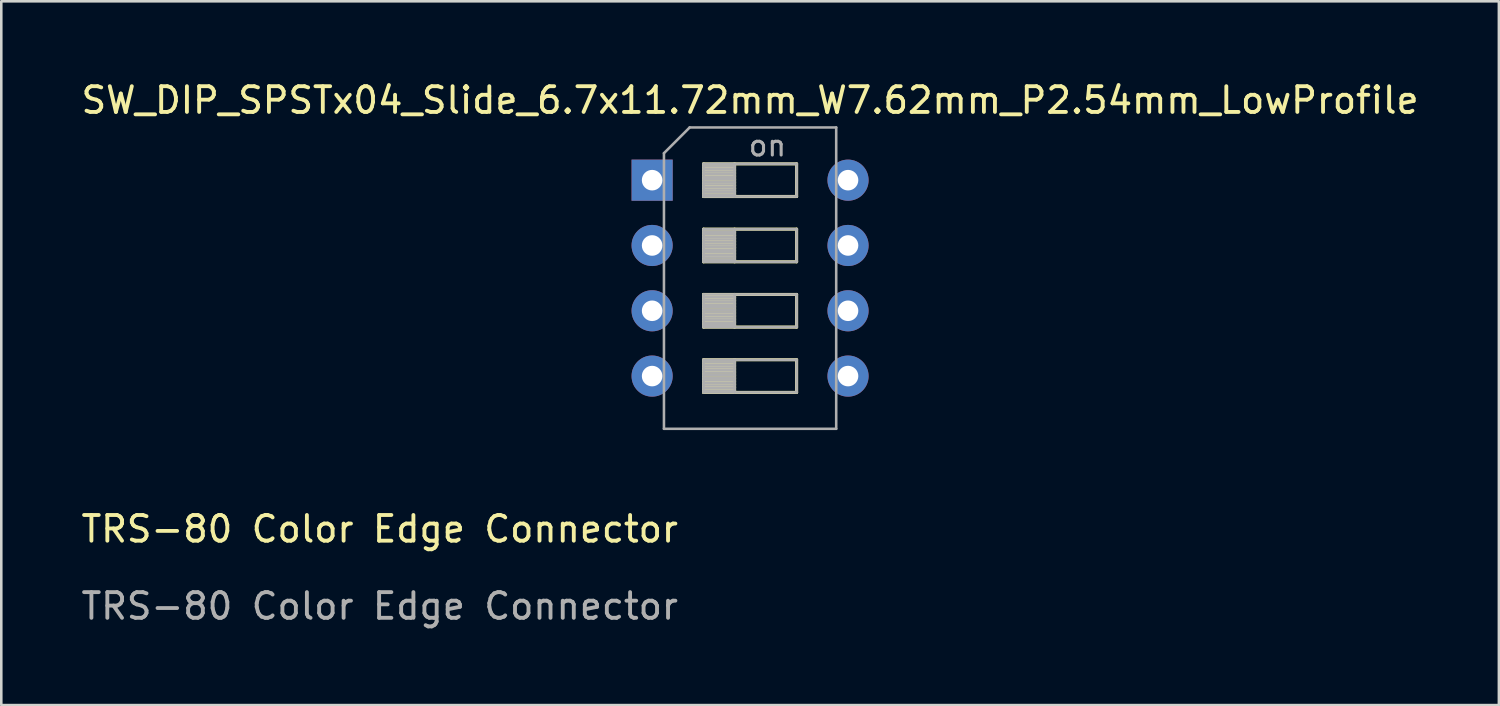
<source format=kicad_pcb>
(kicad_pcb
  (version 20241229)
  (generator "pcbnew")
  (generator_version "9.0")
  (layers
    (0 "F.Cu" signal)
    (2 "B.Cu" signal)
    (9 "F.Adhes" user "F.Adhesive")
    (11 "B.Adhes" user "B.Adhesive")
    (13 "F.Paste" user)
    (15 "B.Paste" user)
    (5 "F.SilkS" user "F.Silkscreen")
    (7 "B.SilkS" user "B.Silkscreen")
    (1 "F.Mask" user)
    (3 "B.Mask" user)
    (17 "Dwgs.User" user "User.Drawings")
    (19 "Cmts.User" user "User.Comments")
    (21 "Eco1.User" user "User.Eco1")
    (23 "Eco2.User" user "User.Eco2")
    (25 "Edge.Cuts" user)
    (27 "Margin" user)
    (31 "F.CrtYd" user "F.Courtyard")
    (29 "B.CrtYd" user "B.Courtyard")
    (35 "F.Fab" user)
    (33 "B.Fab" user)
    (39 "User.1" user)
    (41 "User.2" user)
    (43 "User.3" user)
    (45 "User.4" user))
  (footprint "SW_DIP_SPSTx04_Slide_6.7x11.72mm_W7.62mm_P2.54mm_LowProfile"
    (layer "F.Cu")
    (at 22.315 3.958)
    (property "Reference" "SW_DIP_SPSTx04_Slide_6.7x11.72mm_W7.62mm_P2.54mm_LowProfile" (at 3.81 -3.11 180) (layer "F.SilkS") (effects (font (size 1 1) (thickness 0.15))))
    (attr through_hole)
    (fp_line (start 2 -0.635) (end 2 0.635) (stroke (width 0.12) (type solid)) (layer "F.SilkS"))
    (fp_line (start 2 -0.515) (end 3.207 -0.515) (stroke (width 0.12) (type solid)) (layer "F.SilkS"))
    (fp_line (start 2 -0.395) (end 3.207 -0.395) (stroke (width 0.12) (type solid)) (layer "F.SilkS"))
    (fp_line (start 2 -0.275) (end 3.207 -0.275) (stroke (width 0.12) (type solid)) (layer "F.SilkS"))
    (fp_line (start 2 -0.155) (end 3.207 -0.155) (stroke (width 0.12) (type solid)) (layer "F.SilkS"))
    (fp_line (start 2 -0.035) (end 3.207 -0.035) (stroke (width 0.12) (type solid)) (layer "F.SilkS"))
    (fp_line (start 2 0.085) (end 3.207 0.085) (stroke (width 0.12) (type solid)) (layer "F.SilkS"))
    (fp_line (start 2 0.205) (end 3.207 0.205) (stroke (width 0.12) (type solid)) (layer "F.SilkS"))
    (fp_line (start 2 0.325) (end 3.207 0.325) (stroke (width 0.12) (type solid)) (layer "F.SilkS"))
    (fp_line (start 2 0.445) (end 3.207 0.445) (stroke (width 0.12) (type solid)) (layer "F.SilkS"))
    (fp_line (start 2 0.565) (end 3.207 0.565) (stroke (width 0.12) (type solid)) (layer "F.SilkS"))
    (fp_line (start 2 0.635) (end 5.62 0.635) (stroke (width 0.12) (type solid)) (layer "F.SilkS"))
    (fp_line (start 2 1.905) (end 2 3.175) (stroke (width 0.12) (type solid)) (layer "F.SilkS"))
    (fp_line (start 2 2.025) (end 3.207 2.025) (stroke (width 0.12) (type solid)) (layer "F.SilkS"))
    (fp_line (start 2 2.145) (end 3.207 2.145) (stroke (width 0.12) (type solid)) (layer "F.SilkS"))
    (fp_line (start 2 2.265) (end 3.207 2.265) (stroke (width 0.12) (type solid)) (layer "F.SilkS"))
    (fp_line (start 2 2.385) (end 3.207 2.385) (stroke (width 0.12) (type solid)) (layer "F.SilkS"))
    (fp_line (start 2 2.505) (end 3.207 2.505) (stroke (width 0.12) (type solid)) (layer "F.SilkS"))
    (fp_line (start 2 2.625) (end 3.207 2.625) (stroke (width 0.12) (type solid)) (layer "F.SilkS"))
    (fp_line (start 2 2.745) (end 3.207 2.745) (stroke (width 0.12) (type solid)) (layer "F.SilkS"))
    (fp_line (start 2 2.865) (end 3.207 2.865) (stroke (width 0.12) (type solid)) (layer "F.SilkS"))
    (fp_line (start 2 2.985) (end 3.207 2.985) (stroke (width 0.12) (type solid)) (layer "F.SilkS"))
    (fp_line (start 2 3.105) (end 3.207 3.105) (stroke (width 0.12) (type solid)) (layer "F.SilkS"))
    (fp_line (start 2 3.175) (end 5.62 3.175) (stroke (width 0.12) (type solid)) (layer "F.SilkS"))
    (fp_line (start 2 4.445) (end 2 5.715) (stroke (width 0.12) (type solid)) (layer "F.SilkS"))
    (fp_line (start 2 4.565) (end 3.207 4.565) (stroke (width 0.12) (type solid)) (layer "F.SilkS"))
    (fp_line (start 2 4.685) (end 3.207 4.685) (stroke (width 0.12) (type solid)) (layer "F.SilkS"))
    (fp_line (start 2 4.805) (end 3.207 4.805) (stroke (width 0.12) (type solid)) (layer "F.SilkS"))
    (fp_line (start 2 4.925) (end 3.207 4.925) (stroke (width 0.12) (type solid)) (layer "F.SilkS"))
    (fp_line (start 2 5.045) (end 3.207 5.045) (stroke (width 0.12) (type solid)) (layer "F.SilkS"))
    (fp_line (start 2 5.165) (end 3.207 5.165) (stroke (width 0.12) (type solid)) (layer "F.SilkS"))
    (fp_line (start 2 5.285) (end 3.207 5.285) (stroke (width 0.12) (type solid)) (layer "F.SilkS"))
    (fp_line (start 2 5.405) (end 3.207 5.405) (stroke (width 0.12) (type solid)) (layer "F.SilkS"))
    (fp_line (start 2 5.525) (end 3.207 5.525) (stroke (width 0.12) (type solid)) (layer "F.SilkS"))
    (fp_line (start 2 5.645) (end 3.207 5.645) (stroke (width 0.12) (type solid)) (layer "F.SilkS"))
    (fp_line (start 2 5.715) (end 5.62 5.715) (stroke (width 0.12) (type solid)) (layer "F.SilkS"))
    (fp_line (start 2 6.985) (end 2 8.255) (stroke (width 0.12) (type solid)) (layer "F.SilkS"))
    (fp_line (start 2 7.105) (end 3.207 7.105) (stroke (width 0.12) (type solid)) (layer "F.SilkS"))
    (fp_line (start 2 7.225) (end 3.207 7.225) (stroke (width 0.12) (type solid)) (layer "F.SilkS"))
    (fp_line (start 2 7.345) (end 3.207 7.345) (stroke (width 0.12) (type solid)) (layer "F.SilkS"))
    (fp_line (start 2 7.465) (end 3.207 7.465) (stroke (width 0.12) (type solid)) (layer "F.SilkS"))
    (fp_line (start 2 7.585) (end 3.207 7.585) (stroke (width 0.12) (type solid)) (layer "F.SilkS"))
    (fp_line (start 2 7.705) (end 3.207 7.705) (stroke (width 0.12) (type solid)) (layer "F.SilkS"))
    (fp_line (start 2 7.825) (end 3.207 7.825) (stroke (width 0.12) (type solid)) (layer "F.SilkS"))
    (fp_line (start 2 7.945) (end 3.207 7.945) (stroke (width 0.12) (type solid)) (layer "F.SilkS"))
    (fp_line (start 2 8.065) (end 3.207 8.065) (stroke (width 0.12) (type solid)) (layer "F.SilkS"))
    (fp_line (start 2 8.185) (end 3.207 8.185) (stroke (width 0.12) (type solid)) (layer "F.SilkS"))
    (fp_line (start 2 8.255) (end 5.62 8.255) (stroke (width 0.12) (type solid)) (layer "F.SilkS"))
    (fp_line (start 3.207 -0.635) (end 3.207 0.635) (stroke (width 0.12) (type solid)) (layer "F.SilkS"))
    (fp_line (start 3.207 1.905) (end 3.207 3.175) (stroke (width 0.12) (type solid)) (layer "F.SilkS"))
    (fp_line (start 3.207 4.445) (end 3.207 5.715) (stroke (width 0.12) (type solid)) (layer "F.SilkS"))
    (fp_line (start 3.207 6.985) (end 3.207 8.255) (stroke (width 0.12) (type solid)) (layer "F.SilkS"))
    (fp_line (start 5.62 -0.635) (end 2 -0.635) (stroke (width 0.12) (type solid)) (layer "F.SilkS"))
    (fp_line (start 5.62 0.635) (end 5.62 -0.635) (stroke (width 0.12) (type solid)) (layer "F.SilkS"))
    (fp_line (start 5.62 1.905) (end 2 1.905) (stroke (width 0.12) (type solid)) (layer "F.SilkS"))
    (fp_line (start 5.62 3.175) (end 5.62 1.905) (stroke (width 0.12) (type solid)) (layer "F.SilkS"))
    (fp_line (start 5.62 4.445) (end 2 4.445) (stroke (width 0.12) (type solid)) (layer "F.SilkS"))
    (fp_line (start 5.62 5.715) (end 5.62 4.445) (stroke (width 0.12) (type solid)) (layer "F.SilkS"))
    (fp_line (start 5.62 6.985) (end 2 6.985) (stroke (width 0.12) (type solid)) (layer "F.SilkS"))
    (fp_line (start 5.62 8.255) (end 5.62 6.985) (stroke (width 0.12) (type solid)) (layer "F.SilkS"))
    (fp_line (start 0.46 -1.05) (end 1.46 -2.05) (stroke (width 0.1) (type solid)) (layer "F.Fab"))
    (fp_line (start 0.46 9.67) (end 0.46 -1.05) (stroke (width 0.1) (type solid)) (layer "F.Fab"))
    (fp_line (start 1.46 -2.05) (end 7.16 -2.05) (stroke (width 0.1) (type solid)) (layer "F.Fab"))
    (fp_line (start 2 -0.635) (end 2 0.635) (stroke (width 0.1) (type solid)) (layer "F.Fab"))
    (fp_line (start 2 -0.535) (end 3.207 -0.535) (stroke (width 0.1) (type solid)) (layer "F.Fab"))
    (fp_line (start 2 -0.435) (end 3.207 -0.435) (stroke (width 0.1) (type solid)) (layer "F.Fab"))
    (fp_line (start 2 -0.335) (end 3.207 -0.335) (stroke (width 0.1) (type solid)) (layer "F.Fab"))
    (fp_line (start 2 -0.235) (end 3.207 -0.235) (stroke (width 0.1) (type solid)) (layer "F.Fab"))
    (fp_line (start 2 -0.135) (end 3.207 -0.135) (stroke (width 0.1) (type solid)) (layer "F.Fab"))
    (fp_line (start 2 -0.035) (end 3.207 -0.035) (stroke (width 0.1) (type solid)) (layer "F.Fab"))
    (fp_line (start 2 0.065) (end 3.207 0.065) (stroke (width 0.1) (type solid)) (layer "F.Fab"))
    (fp_line (start 2 0.165) (end 3.207 0.165) (stroke (width 0.1) (type solid)) (layer "F.Fab"))
    (fp_line (start 2 0.265) (end 3.207 0.265) (stroke (width 0.1) (type solid)) (layer "F.Fab"))
    (fp_line (start 2 0.365) (end 3.207 0.365) (stroke (width 0.1) (type solid)) (layer "F.Fab"))
    (fp_line (start 2 0.465) (end 3.207 0.465) (stroke (width 0.1) (type solid)) (layer "F.Fab"))
    (fp_line (start 2 0.565) (end 3.207 0.565) (stroke (width 0.1) (type solid)) (layer "F.Fab"))
    (fp_line (start 2 0.635) (end 5.62 0.635) (stroke (width 0.1) (type solid)) (layer "F.Fab"))
    (fp_line (start 2 1.905) (end 2 3.175) (stroke (width 0.1) (type solid)) (layer "F.Fab"))
    (fp_line (start 2 2.005) (end 3.207 2.005) (stroke (width 0.1) (type solid)) (layer "F.Fab"))
    (fp_line (start 2 2.105) (end 3.207 2.105) (stroke (width 0.1) (type solid)) (layer "F.Fab"))
    (fp_line (start 2 2.205) (end 3.207 2.205) (stroke (width 0.1) (type solid)) (layer "F.Fab"))
    (fp_line (start 2 2.305) (end 3.207 2.305) (stroke (width 0.1) (type solid)) (layer "F.Fab"))
    (fp_line (start 2 2.405) (end 3.207 2.405) (stroke (width 0.1) (type solid)) (layer "F.Fab"))
    (fp_line (start 2 2.505) (end 3.207 2.505) (stroke (width 0.1) (type solid)) (layer "F.Fab"))
    (fp_line (start 2 2.605) (end 3.207 2.605) (stroke (width 0.1) (type solid)) (layer "F.Fab"))
    (fp_line (start 2 2.705) (end 3.207 2.705) (stroke (width 0.1) (type solid)) (layer "F.Fab"))
    (fp_line (start 2 2.805) (end 3.207 2.805) (stroke (width 0.1) (type solid)) (layer "F.Fab"))
    (fp_line (start 2 2.905) (end 3.207 2.905) (stroke (width 0.1) (type solid)) (layer "F.Fab"))
    (fp_line (start 2 3.005) (end 3.207 3.005) (stroke (width 0.1) (type solid)) (layer "F.Fab"))
    (fp_line (start 2 3.105) (end 3.207 3.105) (stroke (width 0.1) (type solid)) (layer "F.Fab"))
    (fp_line (start 2 3.175) (end 5.62 3.175) (stroke (width 0.1) (type solid)) (layer "F.Fab"))
    (fp_line (start 2 4.445) (end 2 5.715) (stroke (width 0.1) (type solid)) (layer "F.Fab"))
    (fp_line (start 2 4.545) (end 3.207 4.545) (stroke (width 0.1) (type solid)) (layer "F.Fab"))
    (fp_line (start 2 4.645) (end 3.207 4.645) (stroke (width 0.1) (type solid)) (layer "F.Fab"))
    (fp_line (start 2 4.745) (end 3.207 4.745) (stroke (width 0.1) (type solid)) (layer "F.Fab"))
    (fp_line (start 2 4.845) (end 3.207 4.845) (stroke (width 0.1) (type solid)) (layer "F.Fab"))
    (fp_line (start 2 4.945) (end 3.207 4.945) (stroke (width 0.1) (type solid)) (layer "F.Fab"))
    (fp_line (start 2 5.045) (end 3.207 5.045) (stroke (width 0.1) (type solid)) (layer "F.Fab"))
    (fp_line (start 2 5.145) (end 3.207 5.145) (stroke (width 0.1) (type solid)) (layer "F.Fab"))
    (fp_line (start 2 5.245) (end 3.207 5.245) (stroke (width 0.1) (type solid)) (layer "F.Fab"))
    (fp_line (start 2 5.345) (end 3.207 5.345) (stroke (width 0.1) (type solid)) (layer "F.Fab"))
    (fp_line (start 2 5.445) (end 3.207 5.445) (stroke (width 0.1) (type solid)) (layer "F.Fab"))
    (fp_line (start 2 5.545) (end 3.207 5.545) (stroke (width 0.1) (type solid)) (layer "F.Fab"))
    (fp_line (start 2 5.645) (end 3.207 5.645) (stroke (width 0.1) (type solid)) (layer "F.Fab"))
    (fp_line (start 2 5.715) (end 5.62 5.715) (stroke (width 0.1) (type solid)) (layer "F.Fab"))
    (fp_line (start 2 6.985) (end 2 8.255) (stroke (width 0.1) (type solid)) (layer "F.Fab"))
    (fp_line (start 2 7.085) (end 3.207 7.085) (stroke (width 0.1) (type solid)) (layer "F.Fab"))
    (fp_line (start 2 7.185) (end 3.207 7.185) (stroke (width 0.1) (type solid)) (layer "F.Fab"))
    (fp_line (start 2 7.285) (end 3.207 7.285) (stroke (width 0.1) (type solid)) (layer "F.Fab"))
    (fp_line (start 2 7.385) (end 3.207 7.385) (stroke (width 0.1) (type solid)) (layer "F.Fab"))
    (fp_line (start 2 7.485) (end 3.207 7.485) (stroke (width 0.1) (type solid)) (layer "F.Fab"))
    (fp_line (start 2 7.585) (end 3.207 7.585) (stroke (width 0.1) (type solid)) (layer "F.Fab"))
    (fp_line (start 2 7.685) (end 3.207 7.685) (stroke (width 0.1) (type solid)) (layer "F.Fab"))
    (fp_line (start 2 7.785) (end 3.207 7.785) (stroke (width 0.1) (type solid)) (layer "F.Fab"))
    (fp_line (start 2 7.885) (end 3.207 7.885) (stroke (width 0.1) (type solid)) (layer "F.Fab"))
    (fp_line (start 2 7.985) (end 3.207 7.985) (stroke (width 0.1) (type solid)) (layer "F.Fab"))
    (fp_line (start 2 8.085) (end 3.207 8.085) (stroke (width 0.1) (type solid)) (layer "F.Fab"))
    (fp_line (start 2 8.185) (end 3.207 8.185) (stroke (width 0.1) (type solid)) (layer "F.Fab"))
    (fp_line (start 2 8.255) (end 5.62 8.255) (stroke (width 0.1) (type solid)) (layer "F.Fab"))
    (fp_line (start 3.207 -0.635) (end 3.207 0.635) (stroke (width 0.1) (type solid)) (layer "F.Fab"))
    (fp_line (start 3.207 1.905) (end 3.207 3.175) (stroke (width 0.1) (type solid)) (layer "F.Fab"))
    (fp_line (start 3.207 4.445) (end 3.207 5.715) (stroke (width 0.1) (type solid)) (layer "F.Fab"))
    (fp_line (start 3.207 6.985) (end 3.207 8.255) (stroke (width 0.1) (type solid)) (layer "F.Fab"))
    (fp_line (start 5.62 -0.635) (end 2 -0.635) (stroke (width 0.1) (type solid)) (layer "F.Fab"))
    (fp_line (start 5.62 0.635) (end 5.62 -0.635) (stroke (width 0.1) (type solid)) (layer "F.Fab"))
    (fp_line (start 5.62 1.905) (end 2 1.905) (stroke (width 0.1) (type solid)) (layer "F.Fab"))
    (fp_line (start 5.62 3.175) (end 5.62 1.905) (stroke (width 0.1) (type solid)) (layer "F.Fab"))
    (fp_line (start 5.62 4.445) (end 2 4.445) (stroke (width 0.1) (type solid)) (layer "F.Fab"))
    (fp_line (start 5.62 5.715) (end 5.62 4.445) (stroke (width 0.1) (type solid)) (layer "F.Fab"))
    (fp_line (start 5.62 6.985) (end 2 6.985) (stroke (width 0.1) (type solid)) (layer "F.Fab"))
    (fp_line (start 5.62 8.255) (end 5.62 6.985) (stroke (width 0.1) (type solid)) (layer "F.Fab"))
    (fp_line (start 7.16 -2.05) (end 7.16 9.67) (stroke (width 0.1) (type solid)) (layer "F.Fab"))
    (fp_line (start 7.16 9.67) (end 0.46 9.67) (stroke (width 0.1) (type solid)) (layer "F.Fab"))
    (fp_text user "on" (at 4.485 -1.343 180) (layer "F.Fab") (effects (font (size 0.8 0.8) (thickness 0.12))))
    (pad "1" thru_hole rect (at 0 0) (size 1.6 1.6) (drill 0.8) (layers "*.Cu" "*.Mask"))
    (pad "2" thru_hole oval (at 0 2.54) (size 1.6 1.6) (drill 0.8) (layers "*.Cu" "*.Mask"))
    (pad "3" thru_hole oval (at 0 5.08) (size 1.6 1.6) (drill 0.8) (layers "*.Cu" "*.Mask"))
    (pad "4" thru_hole oval (at 0 7.62) (size 1.6 1.6) (drill 0.8) (layers "*.Cu" "*.Mask"))
    (pad "5" thru_hole oval (at 7.62 7.62) (size 1.6 1.6) (drill 0.8) (layers "*.Cu" "*.Mask"))
    (pad "6" thru_hole oval (at 7.62 5.08) (size 1.6 1.6) (drill 0.8) (layers "*.Cu" "*.Mask"))
    (pad "7" thru_hole oval (at 7.62 2.54) (size 1.6 1.6) (drill 0.8) (layers "*.Cu" "*.Mask"))
    (pad "8" thru_hole oval (at 7.62 0) (size 1.6 1.6) (drill 0.8) (layers "*.Cu" "*.Mask")))
  (footprint "TRS-80 Color Edge Connector"
    (layer "F.Cu")
    (at 11.72 18.026)
    (property "Reference" "TRS-80 Color Edge Connector" (at 0 -0.5 0) (unlocked yes) (layer "F.SilkS") (effects (font (size 1 1) (thickness 0.15))))
    (fp_text user "${REFERENCE}" (at 0 2.5 0) (unlocked yes) (layer "F.Fab") (effects (font (size 1 1) (thickness 0.15)))))
  (gr_rect
    (start -3 -3)
    (end 55.25 24.375)
    (stroke (width 0.1) (type default))
    (fill no)
    (layer "Edge.Cuts")))
</source>
